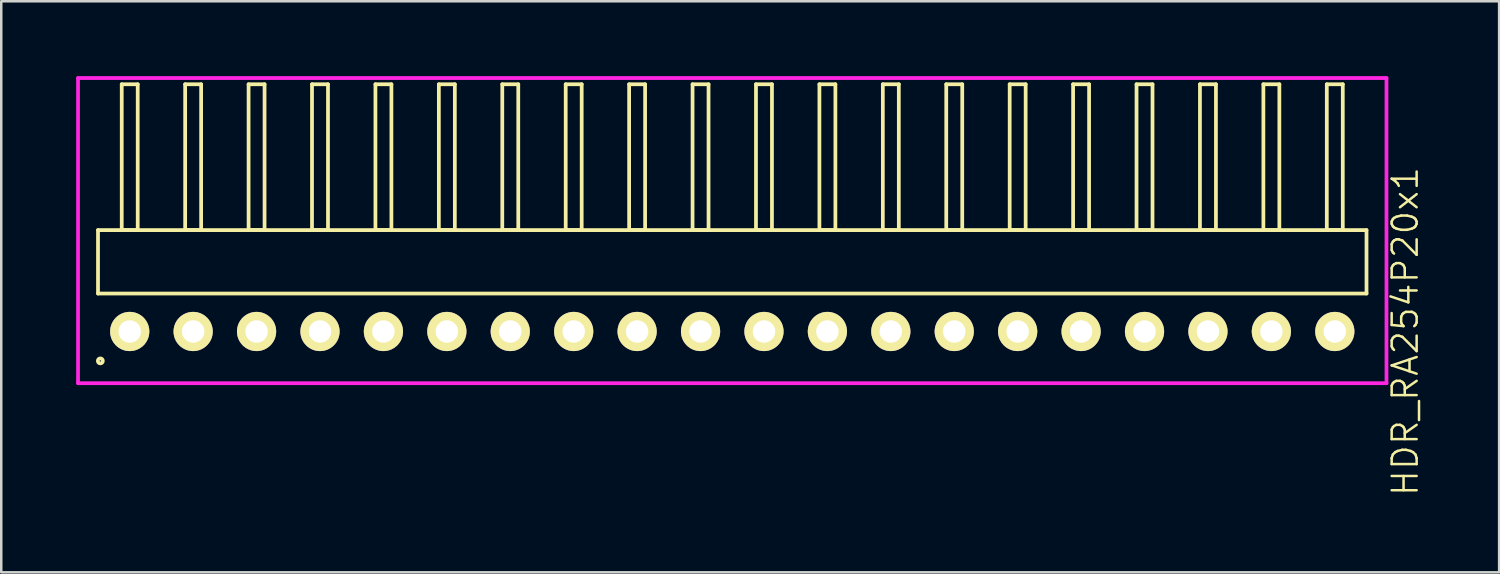
<source format=kicad_pcb>
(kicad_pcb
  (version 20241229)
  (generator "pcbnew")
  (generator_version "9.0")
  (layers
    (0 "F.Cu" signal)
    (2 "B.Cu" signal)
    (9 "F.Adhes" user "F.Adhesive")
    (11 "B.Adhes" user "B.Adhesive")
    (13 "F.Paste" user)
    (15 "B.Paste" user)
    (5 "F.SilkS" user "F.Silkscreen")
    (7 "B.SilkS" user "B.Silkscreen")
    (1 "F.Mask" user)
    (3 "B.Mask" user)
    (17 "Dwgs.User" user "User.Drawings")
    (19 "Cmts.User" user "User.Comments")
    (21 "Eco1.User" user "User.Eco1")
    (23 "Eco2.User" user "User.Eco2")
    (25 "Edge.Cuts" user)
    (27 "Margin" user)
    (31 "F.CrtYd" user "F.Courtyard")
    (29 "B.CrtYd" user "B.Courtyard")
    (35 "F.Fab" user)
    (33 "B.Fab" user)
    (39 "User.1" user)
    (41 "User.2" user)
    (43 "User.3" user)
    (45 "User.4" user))
  (footprint "HDR_RA254P20x1"
    (layer "F.Cu")
    (at 26.275 10.225)
    (property "Reference" "HDR_RA254P20x1" (at 26.95 0 90) (layer "F.SilkS") (effects (font (size 1 1) (thickness 0.1))))
    (attr through_hole)
    (fp_line (start -25.4 -4.06) (end -25.4 -1.52) (stroke (width 0.15) (type solid)) (layer "F.SilkS"))
    (fp_line (start -25.4 -1.52) (end 25.4 -1.52) (stroke (width 0.15) (type solid)) (layer "F.SilkS"))
    (fp_line (start -24.45 -9.9) (end -24.45 -4.06) (stroke (width 0.15) (type solid)) (layer "F.SilkS"))
    (fp_line (start -24.45 -4.06) (end -23.81 -4.06) (stroke (width 0.15) (type solid)) (layer "F.SilkS"))
    (fp_line (start -23.81 -9.9) (end -24.45 -9.9) (stroke (width 0.15) (type solid)) (layer "F.SilkS"))
    (fp_line (start -23.81 -4.06) (end -23.81 -9.9) (stroke (width 0.15) (type solid)) (layer "F.SilkS"))
    (fp_line (start -21.91 -9.9) (end -21.91 -4.06) (stroke (width 0.15) (type solid)) (layer "F.SilkS"))
    (fp_line (start -21.91 -4.06) (end -21.27 -4.06) (stroke (width 0.15) (type solid)) (layer "F.SilkS"))
    (fp_line (start -21.27 -9.9) (end -21.91 -9.9) (stroke (width 0.15) (type solid)) (layer "F.SilkS"))
    (fp_line (start -21.27 -4.06) (end -21.27 -9.9) (stroke (width 0.15) (type solid)) (layer "F.SilkS"))
    (fp_line (start -19.37 -9.9) (end -19.37 -4.06) (stroke (width 0.15) (type solid)) (layer "F.SilkS"))
    (fp_line (start -19.37 -4.06) (end -18.73 -4.06) (stroke (width 0.15) (type solid)) (layer "F.SilkS"))
    (fp_line (start -18.73 -9.9) (end -19.37 -9.9) (stroke (width 0.15) (type solid)) (layer "F.SilkS"))
    (fp_line (start -18.73 -4.06) (end -18.73 -9.9) (stroke (width 0.15) (type solid)) (layer "F.SilkS"))
    (fp_line (start -16.83 -9.9) (end -16.83 -4.06) (stroke (width 0.15) (type solid)) (layer "F.SilkS"))
    (fp_line (start -16.83 -4.06) (end -16.19 -4.06) (stroke (width 0.15) (type solid)) (layer "F.SilkS"))
    (fp_line (start -16.19 -9.9) (end -16.83 -9.9) (stroke (width 0.15) (type solid)) (layer "F.SilkS"))
    (fp_line (start -16.19 -4.06) (end -16.19 -9.9) (stroke (width 0.15) (type solid)) (layer "F.SilkS"))
    (fp_line (start -14.29 -9.9) (end -14.29 -4.06) (stroke (width 0.15) (type solid)) (layer "F.SilkS"))
    (fp_line (start -14.29 -4.06) (end -13.65 -4.06) (stroke (width 0.15) (type solid)) (layer "F.SilkS"))
    (fp_line (start -13.65 -9.9) (end -14.29 -9.9) (stroke (width 0.15) (type solid)) (layer "F.SilkS"))
    (fp_line (start -13.65 -4.06) (end -13.65 -9.9) (stroke (width 0.15) (type solid)) (layer "F.SilkS"))
    (fp_line (start -11.75 -9.9) (end -11.75 -4.06) (stroke (width 0.15) (type solid)) (layer "F.SilkS"))
    (fp_line (start -11.75 -4.06) (end -11.11 -4.06) (stroke (width 0.15) (type solid)) (layer "F.SilkS"))
    (fp_line (start -11.11 -9.9) (end -11.75 -9.9) (stroke (width 0.15) (type solid)) (layer "F.SilkS"))
    (fp_line (start -11.11 -4.06) (end -11.11 -9.9) (stroke (width 0.15) (type solid)) (layer "F.SilkS"))
    (fp_line (start -9.21 -9.9) (end -9.21 -4.06) (stroke (width 0.15) (type solid)) (layer "F.SilkS"))
    (fp_line (start -9.21 -4.06) (end -8.57 -4.06) (stroke (width 0.15) (type solid)) (layer "F.SilkS"))
    (fp_line (start -8.57 -9.9) (end -9.21 -9.9) (stroke (width 0.15) (type solid)) (layer "F.SilkS"))
    (fp_line (start -8.57 -4.06) (end -8.57 -9.9) (stroke (width 0.15) (type solid)) (layer "F.SilkS"))
    (fp_line (start -6.67 -9.9) (end -6.67 -4.06) (stroke (width 0.15) (type solid)) (layer "F.SilkS"))
    (fp_line (start -6.67 -4.06) (end -6.03 -4.06) (stroke (width 0.15) (type solid)) (layer "F.SilkS"))
    (fp_line (start -6.03 -9.9) (end -6.67 -9.9) (stroke (width 0.15) (type solid)) (layer "F.SilkS"))
    (fp_line (start -6.03 -4.06) (end -6.03 -9.9) (stroke (width 0.15) (type solid)) (layer "F.SilkS"))
    (fp_line (start -4.13 -9.9) (end -4.13 -4.06) (stroke (width 0.15) (type solid)) (layer "F.SilkS"))
    (fp_line (start -4.13 -4.06) (end -3.49 -4.06) (stroke (width 0.15) (type solid)) (layer "F.SilkS"))
    (fp_line (start -3.49 -9.9) (end -4.13 -9.9) (stroke (width 0.15) (type solid)) (layer "F.SilkS"))
    (fp_line (start -3.49 -4.06) (end -3.49 -9.9) (stroke (width 0.15) (type solid)) (layer "F.SilkS"))
    (fp_line (start -1.59 -9.9) (end -1.59 -4.06) (stroke (width 0.15) (type solid)) (layer "F.SilkS"))
    (fp_line (start -1.59 -4.06) (end -0.95 -4.06) (stroke (width 0.15) (type solid)) (layer "F.SilkS"))
    (fp_line (start -0.95 -9.9) (end -1.59 -9.9) (stroke (width 0.15) (type solid)) (layer "F.SilkS"))
    (fp_line (start -0.95 -4.06) (end -0.95 -9.9) (stroke (width 0.15) (type solid)) (layer "F.SilkS"))
    (fp_line (start 0.95 -9.9) (end 0.95 -4.06) (stroke (width 0.15) (type solid)) (layer "F.SilkS"))
    (fp_line (start 0.95 -4.06) (end 1.59 -4.06) (stroke (width 0.15) (type solid)) (layer "F.SilkS"))
    (fp_line (start 1.59 -9.9) (end 0.95 -9.9) (stroke (width 0.15) (type solid)) (layer "F.SilkS"))
    (fp_line (start 1.59 -4.06) (end 1.59 -9.9) (stroke (width 0.15) (type solid)) (layer "F.SilkS"))
    (fp_line (start 3.49 -9.9) (end 3.49 -4.06) (stroke (width 0.15) (type solid)) (layer "F.SilkS"))
    (fp_line (start 3.49 -4.06) (end 4.13 -4.06) (stroke (width 0.15) (type solid)) (layer "F.SilkS"))
    (fp_line (start 4.13 -9.9) (end 3.49 -9.9) (stroke (width 0.15) (type solid)) (layer "F.SilkS"))
    (fp_line (start 4.13 -4.06) (end 4.13 -9.9) (stroke (width 0.15) (type solid)) (layer "F.SilkS"))
    (fp_line (start 6.03 -9.9) (end 6.03 -4.06) (stroke (width 0.15) (type solid)) (layer "F.SilkS"))
    (fp_line (start 6.03 -4.06) (end 6.67 -4.06) (stroke (width 0.15) (type solid)) (layer "F.SilkS"))
    (fp_line (start 6.67 -9.9) (end 6.03 -9.9) (stroke (width 0.15) (type solid)) (layer "F.SilkS"))
    (fp_line (start 6.67 -4.06) (end 6.67 -9.9) (stroke (width 0.15) (type solid)) (layer "F.SilkS"))
    (fp_line (start 8.57 -9.9) (end 8.57 -4.06) (stroke (width 0.15) (type solid)) (layer "F.SilkS"))
    (fp_line (start 8.57 -4.06) (end 9.21 -4.06) (stroke (width 0.15) (type solid)) (layer "F.SilkS"))
    (fp_line (start 9.21 -9.9) (end 8.57 -9.9) (stroke (width 0.15) (type solid)) (layer "F.SilkS"))
    (fp_line (start 9.21 -4.06) (end 9.21 -9.9) (stroke (width 0.15) (type solid)) (layer "F.SilkS"))
    (fp_line (start 11.11 -9.9) (end 11.11 -4.06) (stroke (width 0.15) (type solid)) (layer "F.SilkS"))
    (fp_line (start 11.11 -4.06) (end 11.75 -4.06) (stroke (width 0.15) (type solid)) (layer "F.SilkS"))
    (fp_line (start 11.75 -9.9) (end 11.11 -9.9) (stroke (width 0.15) (type solid)) (layer "F.SilkS"))
    (fp_line (start 11.75 -4.06) (end 11.75 -9.9) (stroke (width 0.15) (type solid)) (layer "F.SilkS"))
    (fp_line (start 13.65 -9.9) (end 13.65 -4.06) (stroke (width 0.15) (type solid)) (layer "F.SilkS"))
    (fp_line (start 13.65 -4.06) (end 14.29 -4.06) (stroke (width 0.15) (type solid)) (layer "F.SilkS"))
    (fp_line (start 14.29 -9.9) (end 13.65 -9.9) (stroke (width 0.15) (type solid)) (layer "F.SilkS"))
    (fp_line (start 14.29 -4.06) (end 14.29 -9.9) (stroke (width 0.15) (type solid)) (layer "F.SilkS"))
    (fp_line (start 16.19 -9.9) (end 16.19 -4.06) (stroke (width 0.15) (type solid)) (layer "F.SilkS"))
    (fp_line (start 16.19 -4.06) (end 16.83 -4.06) (stroke (width 0.15) (type solid)) (layer "F.SilkS"))
    (fp_line (start 16.83 -9.9) (end 16.19 -9.9) (stroke (width 0.15) (type solid)) (layer "F.SilkS"))
    (fp_line (start 16.83 -4.06) (end 16.83 -9.9) (stroke (width 0.15) (type solid)) (layer "F.SilkS"))
    (fp_line (start 18.73 -9.9) (end 18.73 -4.06) (stroke (width 0.15) (type solid)) (layer "F.SilkS"))
    (fp_line (start 18.73 -4.06) (end 19.37 -4.06) (stroke (width 0.15) (type solid)) (layer "F.SilkS"))
    (fp_line (start 19.37 -9.9) (end 18.73 -9.9) (stroke (width 0.15) (type solid)) (layer "F.SilkS"))
    (fp_line (start 19.37 -4.06) (end 19.37 -9.9) (stroke (width 0.15) (type solid)) (layer "F.SilkS"))
    (fp_line (start 21.27 -9.9) (end 21.27 -4.06) (stroke (width 0.15) (type solid)) (layer "F.SilkS"))
    (fp_line (start 21.27 -4.06) (end 21.91 -4.06) (stroke (width 0.15) (type solid)) (layer "F.SilkS"))
    (fp_line (start 21.91 -9.9) (end 21.27 -9.9) (stroke (width 0.15) (type solid)) (layer "F.SilkS"))
    (fp_line (start 21.91 -4.06) (end 21.91 -9.9) (stroke (width 0.15) (type solid)) (layer "F.SilkS"))
    (fp_line (start 23.81 -9.9) (end 23.81 -4.06) (stroke (width 0.15) (type solid)) (layer "F.SilkS"))
    (fp_line (start 23.81 -4.06) (end 24.45 -4.06) (stroke (width 0.15) (type solid)) (layer "F.SilkS"))
    (fp_line (start 24.45 -9.9) (end 23.81 -9.9) (stroke (width 0.15) (type solid)) (layer "F.SilkS"))
    (fp_line (start 24.45 -4.06) (end 24.45 -9.9) (stroke (width 0.15) (type solid)) (layer "F.SilkS"))
    (fp_line (start 25.4 -4.06) (end -25.4 -4.06) (stroke (width 0.15) (type solid)) (layer "F.SilkS"))
    (fp_line (start 25.4 -1.52) (end 25.4 -4.06) (stroke (width 0.15) (type solid)) (layer "F.SilkS"))
    (fp_circle (center -25.307 1.178) (end -25.207 1.178) (stroke (width 0.15) (type solid)) (fill no) (layer "F.SilkS"))
    (fp_line (start -26.2 -10.15) (end -26.2 2.07) (stroke (width 0.15) (type solid)) (layer "F.CrtYd"))
    (fp_line (start -26.2 2.07) (end 26.2 2.07) (stroke (width 0.15) (type solid)) (layer "F.CrtYd"))
    (fp_line (start 26.2 -10.15) (end -26.2 -10.15) (stroke (width 0.15) (type solid)) (layer "F.CrtYd"))
    (fp_line (start 26.2 2.07) (end 26.2 -10.15) (stroke (width 0.15) (type solid)) (layer "F.CrtYd"))
    (pad "1" thru_hole oval (at -24.13 0) (size 1.57 1.57) (drill 0.9) (layers "*.Cu" "*.Mask" "F.SilkS"))
    (pad "2" thru_hole oval (at -21.59 0) (size 1.57 1.57) (drill 0.9) (layers "*.Cu" "*.Mask" "F.SilkS"))
    (pad "3" thru_hole oval (at -19.05 0) (size 1.57 1.57) (drill 0.9) (layers "*.Cu" "*.Mask" "F.SilkS"))
    (pad "4" thru_hole oval (at -16.51 0) (size 1.57 1.57) (drill 0.9) (layers "*.Cu" "*.Mask" "F.SilkS"))
    (pad "5" thru_hole oval (at -13.97 0) (size 1.57 1.57) (drill 0.9) (layers "*.Cu" "*.Mask" "F.SilkS"))
    (pad "6" thru_hole oval (at -11.43 0) (size 1.57 1.57) (drill 0.9) (layers "*.Cu" "*.Mask" "F.SilkS"))
    (pad "7" thru_hole oval (at -8.89 0) (size 1.57 1.57) (drill 0.9) (layers "*.Cu" "*.Mask" "F.SilkS"))
    (pad "8" thru_hole oval (at -6.35 0) (size 1.57 1.57) (drill 0.9) (layers "*.Cu" "*.Mask" "F.SilkS"))
    (pad "9" thru_hole oval (at -3.81 0) (size 1.57 1.57) (drill 0.9) (layers "*.Cu" "*.Mask" "F.SilkS"))
    (pad "10" thru_hole oval (at -1.27 0) (size 1.57 1.57) (drill 0.9) (layers "*.Cu" "*.Mask" "F.SilkS"))
    (pad "11" thru_hole oval (at 1.27 0) (size 1.57 1.57) (drill 0.9) (layers "*.Cu" "*.Mask" "F.SilkS"))
    (pad "12" thru_hole oval (at 3.81 0) (size 1.57 1.57) (drill 0.9) (layers "*.Cu" "*.Mask" "F.SilkS"))
    (pad "13" thru_hole oval (at 6.35 0) (size 1.57 1.57) (drill 0.9) (layers "*.Cu" "*.Mask" "F.SilkS"))
    (pad "14" thru_hole oval (at 8.89 0) (size 1.57 1.57) (drill 0.9) (layers "*.Cu" "*.Mask" "F.SilkS"))
    (pad "15" thru_hole oval (at 11.43 0) (size 1.57 1.57) (drill 0.9) (layers "*.Cu" "*.Mask" "F.SilkS"))
    (pad "16" thru_hole oval (at 13.97 0) (size 1.57 1.57) (drill 0.9) (layers "*.Cu" "*.Mask" "F.SilkS"))
    (pad "17" thru_hole oval (at 16.51 0) (size 1.57 1.57) (drill 0.9) (layers "*.Cu" "*.Mask" "F.SilkS"))
    (pad "18" thru_hole oval (at 19.05 0) (size 1.57 1.57) (drill 0.9) (layers "*.Cu" "*.Mask" "F.SilkS"))
    (pad "19" thru_hole oval (at 21.59 0) (size 1.57 1.57) (drill 0.9) (layers "*.Cu" "*.Mask" "F.SilkS"))
    (pad "20" thru_hole oval (at 24.13 0) (size 1.57 1.57) (drill 0.9) (layers "*.Cu" "*.Mask" "F.SilkS")))
  (gr_rect
    (start -3 -3)
    (end 56.986 19.87)
    (stroke (width 0.1) (type default))
    (fill no)
    (layer "Edge.Cuts")))
</source>
